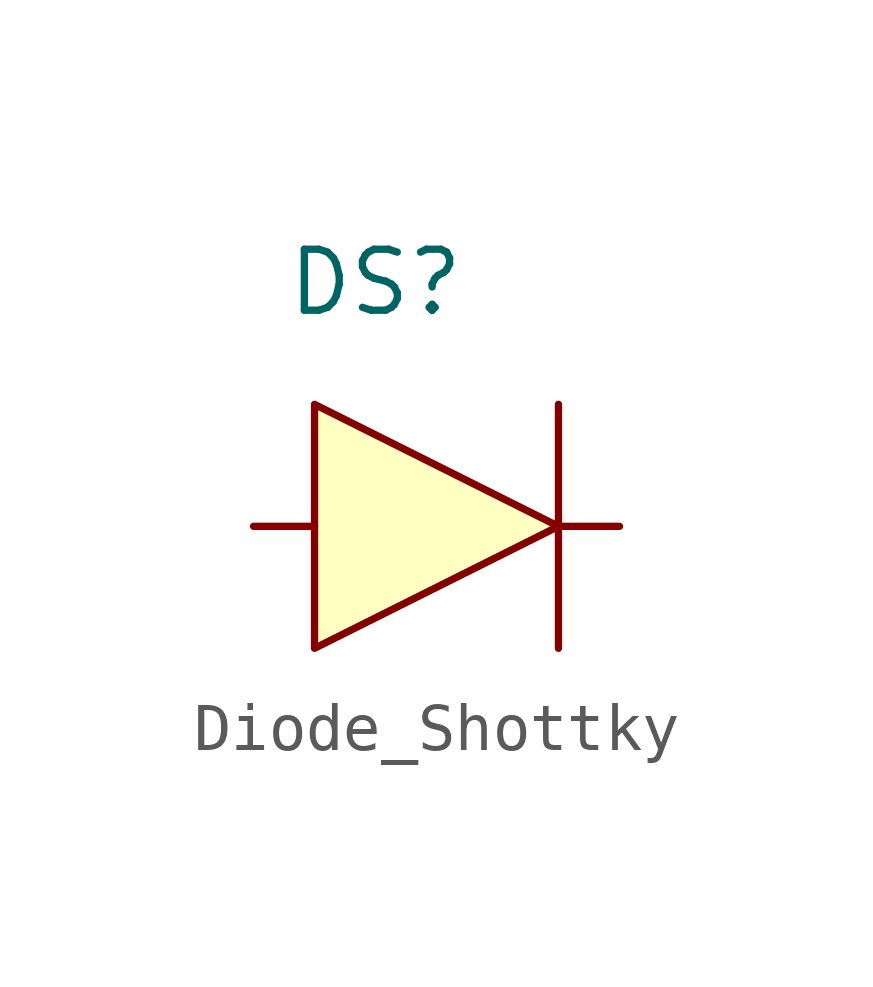
<source format=kicad_sym>
(kicad_symbol_lib
  (version 20220914)
  (generator kicad_symbol_editor)
  (symbol "Diode_Shottky"
    (property "Reference" "DS"
      (at 0 0 0)
      (effects (font (size 1.27 1.27))))
    (property "Value" ""
      (at 0 0 0)
      (effects (font (size 1.27 1.27))))
    (symbol "Diode_Shottky_0_1"
      (polyline (pts (xy -2.54 -5.08) (xy -1.27 -5.08)) (stroke (width 0) (type default)) (fill (type none)))
      (polyline (pts (xy 3.81 -2.54) (xy 3.81 -7.62)) (stroke (width 0) (type default)) (fill (type none)))
      (polyline (pts (xy 5.08 -5.08) (xy 3.81 -5.08)) (stroke (width 0) (type default)) (fill (type none)))
      (polyline (pts (xy -1.27 -2.54) (xy -1.27 -7.62) (xy 3.81 -5.08) (xy -1.27 -2.54)) (stroke (width 0) (type default)) (fill (type background))))
    (symbol "Diode_Shottky_1_1"
      (pin output line (at 5.08 -5.08 180) (length 1) hide (name "Cathode" (effects (font (size 1.27 1.27)))) (number "1" (effects (font (size 1.27 1.27)))))
      (pin input line (at -2.54 -5.08 0) (length 1) hide (name "Anode" (effects (font (size 1.27 1.27)))) (number "2" (effects (font (size 1.27 1.27))))))))
</source>
